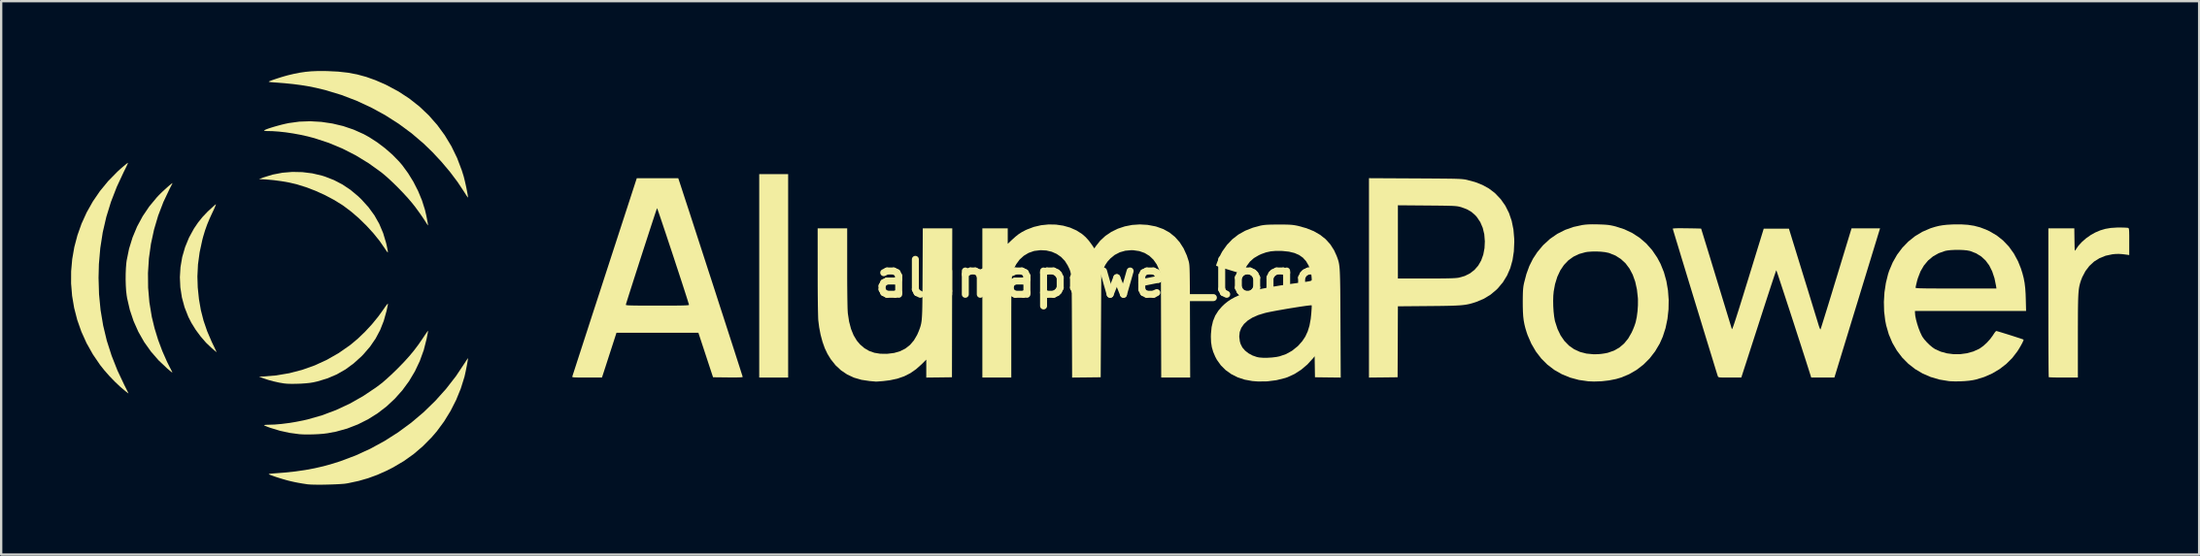
<source format=kicad_pcb>
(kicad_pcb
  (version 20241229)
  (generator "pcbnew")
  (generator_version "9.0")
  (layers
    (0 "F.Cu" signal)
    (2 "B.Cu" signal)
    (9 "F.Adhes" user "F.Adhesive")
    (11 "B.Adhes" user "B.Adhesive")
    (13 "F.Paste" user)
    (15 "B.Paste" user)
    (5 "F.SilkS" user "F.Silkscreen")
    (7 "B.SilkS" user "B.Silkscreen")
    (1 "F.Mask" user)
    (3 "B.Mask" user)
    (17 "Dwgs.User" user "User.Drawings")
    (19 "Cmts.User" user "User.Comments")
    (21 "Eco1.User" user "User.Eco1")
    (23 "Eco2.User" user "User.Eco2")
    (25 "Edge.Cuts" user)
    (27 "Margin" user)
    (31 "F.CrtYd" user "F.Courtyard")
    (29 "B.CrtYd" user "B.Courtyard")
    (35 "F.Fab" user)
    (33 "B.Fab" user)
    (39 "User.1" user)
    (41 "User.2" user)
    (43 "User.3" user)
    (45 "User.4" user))
  (footprint "alumapower_logo"
    (layer "F.Cu")
    (at 44.186 8.91)
    (property "Reference" "alumapower_logo" (at 0 0 0) (layer "F.SilkS") (effects (font (size 1.5 1.5) (thickness 0.3))))
    (attr board_only exclude_from_pos_files exclude_from_bom)
    (fp_poly (pts (xy -13.422 -0.114) (xy -13.422 4.254) (xy -14.042 4.254) (xy -14.663 4.254) (xy -14.663 -0.114) (xy -14.663 -4.482) (xy -14.042 -4.482) (xy -13.422 -4.482)) (stroke (width 0) (type solid)) (fill yes) (layer "F.SilkS"))
    (fp_poly (pts (xy -34.264 -4.568) (xy -33.837 -4.515) (xy -33.422 -4.417) (xy -33.296 -4.378) (xy -32.905 -4.225) (xy -32.542 -4.036) (xy -32.199 -3.806) (xy -31.871 -3.532) (xy -31.729 -3.395) (xy -31.428 -3.063) (xy -31.174 -2.714) (xy -30.965 -2.345) (xy -30.798 -1.95) (xy -30.671 -1.526) (xy -30.641 -1.395) (xy -30.619 -1.287) (xy -30.603 -1.197) (xy -30.595 -1.136) (xy -30.595 -1.118) (xy -30.612 -1.128) (xy -30.647 -1.172) (xy -30.696 -1.243) (xy -30.718 -1.276) (xy -30.945 -1.606) (xy -31.213 -1.939) (xy -31.511 -2.266) (xy -31.83 -2.578) (xy -32.161 -2.865) (xy -32.496 -3.118) (xy -32.562 -3.163) (xy -32.909 -3.377) (xy -33.29 -3.579) (xy -33.693 -3.762) (xy -34.102 -3.919) (xy -34.502 -4.044) (xy -34.517 -4.048) (xy -34.816 -4.118) (xy -35.147 -4.177) (xy -35.49 -4.223) (xy -35.827 -4.254) (xy -35.973 -4.261) (xy -36.125 -4.267) (xy -35.935 -4.339) (xy -35.537 -4.462) (xy -35.121 -4.542) (xy -34.694 -4.577)) (stroke (width 0) (type solid)) (fill yes) (layer "F.SilkS"))
    (fp_poly (pts (xy -30.592 1.081) (xy -30.597 1.124) (xy -30.612 1.203) (xy -30.634 1.307) (xy -30.652 1.393) (xy -30.771 1.819) (xy -30.926 2.213) (xy -31.121 2.579) (xy -31.358 2.925) (xy -31.641 3.254) (xy -31.729 3.345) (xy -32.065 3.649) (xy -32.417 3.907) (xy -32.79 4.12) (xy -33.186 4.289) (xy -33.61 4.418) (xy -33.79 4.459) (xy -33.937 4.483) (xy -34.119 4.502) (xy -34.321 4.516) (xy -34.53 4.523) (xy -34.73 4.525) (xy -34.909 4.52) (xy -35.048 4.507) (xy -35.263 4.471) (xy -35.494 4.419) (xy -35.719 4.358) (xy -35.909 4.296) (xy -36.125 4.216) (xy -35.973 4.211) (xy -35.391 4.163) (xy -34.823 4.067) (xy -34.27 3.923) (xy -33.734 3.732) (xy -33.217 3.495) (xy -32.719 3.211) (xy -32.243 2.881) (xy -32.187 2.838) (xy -31.88 2.58) (xy -31.573 2.285) (xy -31.277 1.965) (xy -31.005 1.631) (xy -30.792 1.335) (xy -30.721 1.232) (xy -30.661 1.151) (xy -30.617 1.098) (xy -30.594 1.078)) (stroke (width 0) (type solid)) (fill yes) (layer "F.SilkS"))
    (fp_poly (pts (xy -37.974 -3.18) (xy -37.989 -3.133) (xy -38.021 -3.053) (xy -38.068 -2.948) (xy -38.11 -2.86) (xy -38.241 -2.576) (xy -38.349 -2.316) (xy -38.439 -2.064) (xy -38.518 -1.802) (xy -38.555 -1.662) (xy -38.671 -1.125) (xy -38.742 -0.602) (xy -38.767 -0.087) (xy -38.752 0.386) (xy -38.7 0.889) (xy -38.618 1.361) (xy -38.502 1.815) (xy -38.349 2.261) (xy -38.156 2.712) (xy -38.112 2.805) (xy -38.053 2.927) (xy -38.004 3.032) (xy -37.967 3.111) (xy -37.946 3.157) (xy -37.943 3.165) (xy -37.963 3.15) (xy -38.013 3.108) (xy -38.086 3.047) (xy -38.156 2.987) (xy -38.394 2.76) (xy -38.624 2.495) (xy -38.838 2.206) (xy -39.025 1.905) (xy -39.154 1.653) (xy -39.317 1.238) (xy -39.432 0.813) (xy -39.499 0.38) (xy -39.519 -0.056) (xy -39.492 -0.491) (xy -39.418 -0.922) (xy -39.296 -1.343) (xy -39.129 -1.752) (xy -38.917 -2.14) (xy -38.743 -2.397) (xy -38.549 -2.639) (xy -38.325 -2.875) (xy -38.064 -3.115) (xy -37.979 -3.188)) (stroke (width 0) (type solid)) (fill yes) (layer "F.SilkS"))
    (fp_poly (pts (xy -41.749 -4.953) (xy -41.771 -4.899) (xy -41.811 -4.812) (xy -41.865 -4.701) (xy -41.928 -4.574) (xy -42.226 -3.934) (xy -42.475 -3.292) (xy -42.675 -2.642) (xy -42.828 -1.982) (xy -42.933 -1.307) (xy -42.993 -0.615) (xy -43.008 -0.025) (xy -42.987 0.676) (xy -42.921 1.356) (xy -42.81 2.019) (xy -42.654 2.669) (xy -42.449 3.311) (xy -42.197 3.949) (xy -41.907 4.565) (xy -41.845 4.689) (xy -41.791 4.796) (xy -41.751 4.877) (xy -41.728 4.927) (xy -41.724 4.938) (xy -41.745 4.924) (xy -41.794 4.886) (xy -41.852 4.841) (xy -42.076 4.652) (xy -42.309 4.431) (xy -42.541 4.191) (xy -42.757 3.945) (xy -42.938 3.718) (xy -43.253 3.256) (xy -43.522 2.777) (xy -43.745 2.283) (xy -43.923 1.777) (xy -44.055 1.262) (xy -44.143 0.741) (xy -44.186 0.216) (xy -44.184 -0.309) (xy -44.138 -0.831) (xy -44.048 -1.348) (xy -43.914 -1.857) (xy -43.737 -2.355) (xy -43.517 -2.839) (xy -43.254 -3.306) (xy -42.948 -3.753) (xy -42.6 -4.178) (xy -42.209 -4.577) (xy -42.183 -4.602) (xy -42.07 -4.705) (xy -41.961 -4.8) (xy -41.864 -4.881) (xy -41.789 -4.941) (xy -41.746 -4.97)) (stroke (width 0) (type solid)) (fill yes) (layer "F.SilkS"))
    (fp_poly (pts (xy -39.835 -4.095) (xy -39.846 -4.07) (xy -39.876 -4.009) (xy -39.92 -3.924) (xy -39.96 -3.847) (xy -40.226 -3.285) (xy -40.449 -2.702) (xy -40.627 -2.101) (xy -40.76 -1.487) (xy -40.847 -0.864) (xy -40.887 -0.235) (xy -40.881 0.394) (xy -40.827 1.021) (xy -40.725 1.64) (xy -40.724 1.646) (xy -40.605 2.138) (xy -40.452 2.636) (xy -40.27 3.123) (xy -40.066 3.585) (xy -39.96 3.796) (xy -39.909 3.894) (xy -39.869 3.974) (xy -39.846 4.026) (xy -39.841 4.041) (xy -39.862 4.029) (xy -39.913 3.989) (xy -39.986 3.929) (xy -40.063 3.864) (xy -40.432 3.515) (xy -40.762 3.135) (xy -41.052 2.726) (xy -41.3 2.29) (xy -41.505 1.83) (xy -41.666 1.349) (xy -41.781 0.85) (xy -41.802 0.722) (xy -41.825 0.527) (xy -41.839 0.298) (xy -41.846 0.049) (xy -41.844 -0.205) (xy -41.834 -0.448) (xy -41.816 -0.664) (xy -41.802 -0.772) (xy -41.699 -1.277) (xy -41.549 -1.764) (xy -41.354 -2.23) (xy -41.115 -2.674) (xy -40.833 -3.092) (xy -40.51 -3.482) (xy -40.423 -3.575) (xy -40.345 -3.653) (xy -40.255 -3.74) (xy -40.158 -3.829) (xy -40.064 -3.914) (xy -39.977 -3.99) (xy -39.905 -4.049) (xy -39.856 -4.087) (xy -39.835 -4.096)) (stroke (width 0) (type solid)) (fill yes) (layer "F.SilkS"))
    (fp_poly (pts (xy -28.869 2.248) (xy -28.874 2.282) (xy -28.887 2.356) (xy -28.907 2.458) (xy -28.931 2.579) (xy -28.932 2.588) (xy -29.056 3.076) (xy -29.225 3.543) (xy -29.436 3.988) (xy -29.686 4.408) (xy -29.973 4.8) (xy -30.296 5.162) (xy -30.65 5.493) (xy -31.034 5.788) (xy -31.446 6.047) (xy -31.882 6.266) (xy -32.34 6.444) (xy -32.818 6.577) (xy -33.19 6.647) (xy -33.369 6.669) (xy -33.577 6.685) (xy -33.801 6.695) (xy -34.022 6.699) (xy -34.227 6.696) (xy -34.397 6.686) (xy -34.403 6.685) (xy -34.817 6.629) (xy -35.223 6.54) (xy -35.637 6.414) (xy -35.745 6.375) (xy -35.833 6.34) (xy -35.891 6.314) (xy -35.909 6.3) (xy -35.886 6.291) (xy -35.824 6.284) (xy -35.734 6.281) (xy -35.697 6.28) (xy -35.447 6.272) (xy -35.161 6.247) (xy -34.854 6.208) (xy -34.537 6.157) (xy -34.224 6.095) (xy -34.038 6.052) (xy -33.422 5.876) (xy -32.822 5.651) (xy -32.238 5.379) (xy -31.671 5.059) (xy -31.119 4.69) (xy -30.903 4.529) (xy -30.806 4.451) (xy -30.683 4.344) (xy -30.543 4.217) (xy -30.394 4.078) (xy -30.245 3.935) (xy -30.16 3.85) (xy -29.902 3.585) (xy -29.677 3.336) (xy -29.474 3.091) (xy -29.283 2.837) (xy -29.094 2.563) (xy -29.048 2.493) (xy -28.982 2.393) (xy -28.927 2.315) (xy -28.888 2.263) (xy -28.87 2.246)) (stroke (width 0) (type solid)) (fill yes) (layer "F.SilkS"))
    (fp_poly (pts (xy -33.45 -6.726) (xy -32.976 -6.656) (xy -32.51 -6.545) (xy -32.061 -6.392) (xy -31.634 -6.201) (xy -31.402 -6.073) (xy -31.05 -5.846) (xy -30.711 -5.589) (xy -30.395 -5.312) (xy -30.114 -5.024) (xy -29.978 -4.865) (xy -29.726 -4.52) (xy -29.497 -4.147) (xy -29.297 -3.754) (xy -29.131 -3.352) (xy -29.005 -2.953) (xy -28.948 -2.71) (xy -28.914 -2.539) (xy -28.891 -2.414) (xy -28.877 -2.332) (xy -28.872 -2.289) (xy -28.875 -2.28) (xy -28.89 -2.3) (xy -28.927 -2.354) (xy -28.978 -2.433) (xy -29.017 -2.495) (xy -29.08 -2.591) (xy -29.164 -2.714) (xy -29.262 -2.853) (xy -29.364 -2.993) (xy -29.421 -3.071) (xy -29.566 -3.254) (xy -29.742 -3.459) (xy -29.94 -3.675) (xy -30.151 -3.894) (xy -30.366 -4.106) (xy -30.576 -4.302) (xy -30.77 -4.472) (xy -30.883 -4.563) (xy -31.416 -4.947) (xy -31.97 -5.286) (xy -32.544 -5.579) (xy -33.136 -5.826) (xy -33.743 -6.025) (xy -34.038 -6.103) (xy -34.343 -6.171) (xy -34.66 -6.229) (xy -34.974 -6.276) (xy -35.274 -6.309) (xy -35.548 -6.328) (xy -35.697 -6.331) (xy -35.794 -6.333) (xy -35.867 -6.339) (xy -35.906 -6.347) (xy -35.909 -6.351) (xy -35.886 -6.372) (xy -35.821 -6.402) (xy -35.722 -6.439) (xy -35.597 -6.48) (xy -35.453 -6.524) (xy -35.299 -6.567) (xy -35.141 -6.609) (xy -34.987 -6.645) (xy -34.856 -6.673) (xy -34.398 -6.736) (xy -33.927 -6.753)) (stroke (width 0) (type solid)) (fill yes) (layer "F.SilkS"))
    (fp_poly (pts (xy -33.182 -8.907) (xy -32.728 -8.885) (xy -32.308 -8.838) (xy -31.909 -8.763) (xy -31.521 -8.657) (xy -31.132 -8.518) (xy -30.728 -8.343) (xy -30.647 -8.304) (xy -30.144 -8.035) (xy -29.674 -7.727) (xy -29.239 -7.384) (xy -28.84 -7.005) (xy -28.477 -6.593) (xy -28.153 -6.149) (xy -27.868 -5.676) (xy -27.624 -5.173) (xy -27.423 -4.643) (xy -27.345 -4.394) (xy -27.32 -4.298) (xy -27.291 -4.179) (xy -27.261 -4.046) (xy -27.231 -3.909) (xy -27.205 -3.776) (xy -27.182 -3.657) (xy -27.166 -3.561) (xy -27.158 -3.497) (xy -27.159 -3.475) (xy -27.174 -3.492) (xy -27.211 -3.544) (xy -27.262 -3.623) (xy -27.323 -3.72) (xy -27.609 -4.151) (xy -27.936 -4.585) (xy -28.297 -5.013) (xy -28.683 -5.428) (xy -29.059 -5.792) (xy -29.576 -6.234) (xy -30.128 -6.642) (xy -30.71 -7.014) (xy -31.318 -7.346) (xy -31.947 -7.637) (xy -32.592 -7.883) (xy -33.249 -8.083) (xy -33.37 -8.114) (xy -33.686 -8.189) (xy -34 -8.252) (xy -34.321 -8.305) (xy -34.659 -8.349) (xy -35.025 -8.386) (xy -35.429 -8.418) (xy -35.515 -8.424) (xy -35.617 -8.432) (xy -35.684 -8.443) (xy -35.709 -8.454) (xy -35.705 -8.458) (xy -35.65 -8.483) (xy -35.558 -8.518) (xy -35.438 -8.559) (xy -35.303 -8.604) (xy -35.163 -8.648) (xy -35.028 -8.688) (xy -34.911 -8.72) (xy -34.891 -8.726) (xy -34.617 -8.791) (xy -34.368 -8.84) (xy -34.128 -8.875) (xy -33.886 -8.898) (xy -33.626 -8.909) (xy -33.337 -8.91)) (stroke (width 0) (type solid)) (fill yes) (layer "F.SilkS"))
    (fp_poly (pts (xy -27.159 3.452) (xy -27.169 3.519) (xy -27.185 3.615) (xy -27.206 3.731) (xy -27.231 3.857) (xy -27.256 3.983) (xy -27.281 4.099) (xy -27.303 4.194) (xy -27.311 4.229) (xy -27.466 4.726) (xy -27.666 5.215) (xy -27.907 5.69) (xy -28.185 6.142) (xy -28.496 6.564) (xy -28.721 6.826) (xy -29.097 7.205) (xy -29.492 7.543) (xy -29.913 7.843) (xy -30.368 8.112) (xy -30.647 8.254) (xy -31.047 8.432) (xy -31.442 8.577) (xy -31.848 8.694) (xy -32.281 8.787) (xy -32.364 8.802) (xy -32.467 8.816) (xy -32.61 8.827) (xy -32.783 8.837) (xy -32.976 8.845) (xy -33.18 8.851) (xy -33.385 8.855) (xy -33.581 8.856) (xy -33.759 8.854) (xy -33.909 8.849) (xy -34.021 8.841) (xy -34.048 8.838) (xy -34.258 8.806) (xy -34.436 8.775) (xy -34.6 8.743) (xy -34.767 8.705) (xy -34.846 8.686) (xy -34.97 8.653) (xy -35.111 8.612) (xy -35.258 8.567) (xy -35.402 8.521) (xy -35.53 8.477) (xy -35.632 8.44) (xy -35.699 8.411) (xy -35.705 8.408) (xy -35.7 8.397) (xy -35.65 8.386) (xy -35.563 8.376) (xy -35.515 8.373) (xy -35.022 8.335) (xy -34.569 8.287) (xy -34.147 8.226) (xy -33.747 8.152) (xy -33.359 8.063) (xy -32.975 7.956) (xy -32.636 7.848) (xy -31.982 7.602) (xy -31.348 7.311) (xy -30.736 6.977) (xy -30.148 6.602) (xy -29.587 6.188) (xy -29.056 5.738) (xy -28.559 5.254) (xy -28.096 4.737) (xy -27.672 4.191) (xy -27.289 3.616) (xy -27.288 3.614) (xy -27.234 3.529) (xy -27.19 3.464) (xy -27.164 3.428) (xy -27.158 3.425)) (stroke (width 0) (type solid)) (fill yes) (layer "F.SilkS"))
    (fp_poly (pts (xy 43.803 -2.188) (xy 43.92 -2.185) (xy 44.01 -2.18) (xy 44.063 -2.174) (xy 44.07 -2.172) (xy 44.084 -2.163) (xy 44.095 -2.143) (xy 44.103 -2.107) (xy 44.109 -2.048) (xy 44.112 -1.96) (xy 44.114 -1.837) (xy 44.114 -1.672) (xy 44.114 -1.58) (xy 44.114 -1.006) (xy 44.019 -1.021) (xy 43.824 -1.046) (xy 43.658 -1.056) (xy 43.503 -1.051) (xy 43.39 -1.039) (xy 43.102 -0.978) (xy 42.841 -0.873) (xy 42.608 -0.728) (xy 42.406 -0.542) (xy 42.236 -0.319) (xy 42.099 -0.059) (xy 42.048 0.072) (xy 42.023 0.147) (xy 42.002 0.218) (xy 41.983 0.291) (xy 41.967 0.369) (xy 41.953 0.457) (xy 41.942 0.557) (xy 41.933 0.675) (xy 41.926 0.814) (xy 41.921 0.978) (xy 41.917 1.17) (xy 41.914 1.396) (xy 41.913 1.659) (xy 41.912 1.963) (xy 41.911 2.311) (xy 41.911 2.488) (xy 41.911 4.254) (xy 41.295 4.254) (xy 41.123 4.254) (xy 40.969 4.252) (xy 40.838 4.249) (xy 40.739 4.245) (xy 40.678 4.241) (xy 40.662 4.238) (xy 40.66 4.211) (xy 40.658 4.136) (xy 40.656 4.017) (xy 40.654 3.856) (xy 40.652 3.657) (xy 40.651 3.423) (xy 40.649 3.156) (xy 40.648 2.859) (xy 40.647 2.537) (xy 40.646 2.191) (xy 40.646 1.825) (xy 40.645 1.442) (xy 40.645 1.045) (xy 40.645 1.034) (xy 40.645 -2.153) (xy 41.202 -2.153) (xy 41.758 -2.153) (xy 41.765 -1.652) (xy 41.768 -1.482) (xy 41.77 -1.357) (xy 41.773 -1.272) (xy 41.778 -1.22) (xy 41.785 -1.198) (xy 41.794 -1.198) (xy 41.807 -1.217) (xy 41.816 -1.233) (xy 41.93 -1.401) (xy 42.083 -1.569) (xy 42.266 -1.729) (xy 42.469 -1.871) (xy 42.658 -1.976) (xy 42.874 -2.068) (xy 43.091 -2.132) (xy 43.324 -2.171) (xy 43.585 -2.188) (xy 43.671 -2.189)) (stroke (width 0) (type solid)) (fill yes) (layer "F.SilkS"))
    (fp_poly (pts (xy -10.889 -0.457) (xy -10.889 -0.08) (xy -10.888 0.263) (xy -10.885 0.571) (xy -10.882 0.841) (xy -10.878 1.07) (xy -10.874 1.256) (xy -10.868 1.397) (xy -10.862 1.489) (xy -10.861 1.499) (xy -10.807 1.853) (xy -10.724 2.167) (xy -10.613 2.44) (xy -10.474 2.671) (xy -10.336 2.833) (xy -10.148 2.994) (xy -9.945 3.112) (xy -9.723 3.19) (xy -9.474 3.231) (xy -9.195 3.235) (xy -9.168 3.234) (xy -8.877 3.198) (xy -8.618 3.123) (xy -8.391 3.008) (xy -8.194 2.853) (xy -8.026 2.657) (xy -7.888 2.42) (xy -7.823 2.271) (xy -7.795 2.197) (xy -7.77 2.131) (xy -7.749 2.067) (xy -7.731 2.003) (xy -7.715 1.934) (xy -7.702 1.857) (xy -7.691 1.768) (xy -7.683 1.662) (xy -7.676 1.537) (xy -7.67 1.388) (xy -7.666 1.211) (xy -7.663 1.002) (xy -7.661 0.759) (xy -7.659 0.476) (xy -7.657 0.15) (xy -7.655 -0.222) (xy -7.646 -2.153) (xy -7.013 -2.153) (xy -6.381 -2.153) (xy -6.388 1.045) (xy -6.394 4.242) (xy -6.945 4.249) (xy -7.496 4.255) (xy -7.496 3.87) (xy -7.496 3.484) (xy -7.698 3.686) (xy -7.934 3.896) (xy -8.18 4.067) (xy -8.445 4.201) (xy -8.734 4.301) (xy -9.055 4.37) (xy -9.345 4.406) (xy -9.462 4.415) (xy -9.562 4.423) (xy -9.632 4.427) (xy -9.661 4.428) (xy -9.696 4.424) (xy -9.769 4.418) (xy -9.867 4.409) (xy -9.927 4.404) (xy -10.276 4.352) (xy -10.597 4.259) (xy -10.889 4.123) (xy -11.152 3.946) (xy -11.388 3.727) (xy -11.596 3.465) (xy -11.736 3.236) (xy -11.849 2.998) (xy -11.948 2.72) (xy -12.03 2.415) (xy -12.092 2.092) (xy -12.129 1.798) (xy -12.134 1.717) (xy -12.138 1.589) (xy -12.142 1.419) (xy -12.146 1.209) (xy -12.149 0.965) (xy -12.152 0.69) (xy -12.154 0.388) (xy -12.155 0.063) (xy -12.155 -0.281) (xy -12.155 -0.323) (xy -12.156 -2.153) (xy -11.522 -2.153) (xy -10.889 -2.153)) (stroke (width 0) (type solid)) (fill yes) (layer "F.SilkS"))
    (fp_poly (pts (xy 13.479 -4.298) (xy 13.844 -4.296) (xy 14.162 -4.294) (xy 14.437 -4.292) (xy 14.672 -4.29) (xy 14.872 -4.288) (xy 15.039 -4.286) (xy 15.179 -4.283) (xy 15.294 -4.279) (xy 15.388 -4.275) (xy 15.465 -4.27) (xy 15.528 -4.264) (xy 15.582 -4.257) (xy 15.63 -4.25) (xy 15.676 -4.241) (xy 15.701 -4.235) (xy 16.052 -4.141) (xy 16.364 -4.018) (xy 16.639 -3.867) (xy 16.881 -3.684) (xy 16.913 -3.656) (xy 17.151 -3.405) (xy 17.348 -3.124) (xy 17.504 -2.813) (xy 17.62 -2.472) (xy 17.695 -2.102) (xy 17.729 -1.701) (xy 17.731 -1.57) (xy 17.713 -1.164) (xy 17.656 -0.789) (xy 17.559 -0.444) (xy 17.422 -0.129) (xy 17.245 0.16) (xy 17.026 0.422) (xy 16.967 0.481) (xy 16.712 0.695) (xy 16.427 0.869) (xy 16.116 1.001) (xy 16.113 1.002) (xy 16.007 1.037) (xy 15.909 1.067) (xy 15.815 1.092) (xy 15.718 1.113) (xy 15.615 1.13) (xy 15.5 1.144) (xy 15.367 1.155) (xy 15.213 1.163) (xy 15.031 1.17) (xy 14.818 1.175) (xy 14.567 1.179) (xy 14.273 1.182) (xy 14.061 1.184) (xy 12.738 1.195) (xy 12.732 2.719) (xy 12.725 4.242) (xy 12.111 4.249) (xy 11.497 4.255) (xy 11.497 -0.027) (xy 11.497 -1.572) (xy 12.738 -1.572) (xy 12.738 0) (xy 13.951 0) (xy 14.254 -0.000338) (xy 14.51 -0.001) (xy 14.724 -0.003) (xy 14.9 -0.006) (xy 15.043 -0.01) (xy 15.157 -0.015) (xy 15.247 -0.022) (xy 15.316 -0.03) (xy 15.353 -0.036) (xy 15.607 -0.108) (xy 15.831 -0.22) (xy 16.024 -0.37) (xy 16.185 -0.555) (xy 16.311 -0.774) (xy 16.401 -1.025) (xy 16.454 -1.304) (xy 16.468 -1.595) (xy 16.444 -1.899) (xy 16.378 -2.174) (xy 16.272 -2.421) (xy 16.124 -2.641) (xy 16.063 -2.711) (xy 15.897 -2.857) (xy 15.696 -2.973) (xy 15.457 -3.062) (xy 15.43 -3.069) (xy 15.383 -3.082) (xy 15.336 -3.092) (xy 15.284 -3.101) (xy 15.222 -3.108) (xy 15.147 -3.114) (xy 15.051 -3.119) (xy 14.932 -3.122) (xy 14.784 -3.126) (xy 14.602 -3.128) (xy 14.381 -3.131) (xy 14.116 -3.133) (xy 13.985 -3.134) (xy 12.738 -3.144) (xy 12.738 -1.572) (xy 11.497 -1.572) (xy 11.497 -4.308)) (stroke (width 0) (type solid)) (fill yes) (layer "F.SilkS"))
    (fp_poly (pts (xy 21.247 -2.326) (xy 21.348 -2.323) (xy 21.523 -2.317) (xy 21.661 -2.309) (xy 21.775 -2.298) (xy 21.878 -2.281) (xy 21.984 -2.259) (xy 22.083 -2.234) (xy 22.455 -2.113) (xy 22.798 -1.95) (xy 23.111 -1.746) (xy 23.393 -1.503) (xy 23.644 -1.22) (xy 23.862 -0.899) (xy 24.007 -0.627) (xy 24.151 -0.27) (xy 24.257 0.112) (xy 24.325 0.51) (xy 24.355 0.919) (xy 24.348 1.33) (xy 24.303 1.736) (xy 24.221 2.129) (xy 24.101 2.501) (xy 23.97 2.796) (xy 23.772 3.13) (xy 23.54 3.431) (xy 23.274 3.697) (xy 22.98 3.924) (xy 22.659 4.11) (xy 22.316 4.253) (xy 22.1 4.317) (xy 21.799 4.377) (xy 21.475 4.414) (xy 21.152 4.425) (xy 20.905 4.415) (xy 20.502 4.357) (xy 20.123 4.255) (xy 19.771 4.11) (xy 19.446 3.925) (xy 19.151 3.699) (xy 18.887 3.435) (xy 18.657 3.135) (xy 18.461 2.798) (xy 18.301 2.428) (xy 18.261 2.311) (xy 18.207 2.134) (xy 18.166 1.968) (xy 18.135 1.802) (xy 18.114 1.625) (xy 18.102 1.426) (xy 18.096 1.195) (xy 18.095 1.013) (xy 18.095 0.958) (xy 19.399 0.958) (xy 19.403 1.188) (xy 19.417 1.415) (xy 19.44 1.626) (xy 19.471 1.805) (xy 19.482 1.849) (xy 19.586 2.168) (xy 19.72 2.447) (xy 19.884 2.685) (xy 20.077 2.883) (xy 20.299 3.039) (xy 20.549 3.153) (xy 20.827 3.225) (xy 21.132 3.254) (xy 21.334 3.25) (xy 21.467 3.238) (xy 21.609 3.217) (xy 21.733 3.193) (xy 21.747 3.189) (xy 22.008 3.098) (xy 22.239 2.967) (xy 22.443 2.793) (xy 22.618 2.578) (xy 22.764 2.324) (xy 22.823 2.194) (xy 22.879 2.055) (xy 22.923 1.928) (xy 22.942 1.864) (xy 22.987 1.648) (xy 23.019 1.402) (xy 23.036 1.149) (xy 23.037 0.909) (xy 23.034 0.84) (xy 22.993 0.47) (xy 22.919 0.135) (xy 22.812 -0.164) (xy 22.673 -0.427) (xy 22.504 -0.652) (xy 22.303 -0.837) (xy 22.073 -0.984) (xy 21.813 -1.089) (xy 21.765 -1.103) (xy 21.622 -1.132) (xy 21.447 -1.151) (xy 21.254 -1.16) (xy 21.061 -1.157) (xy 20.885 -1.144) (xy 20.792 -1.13) (xy 20.517 -1.054) (xy 20.27 -0.937) (xy 20.051 -0.779) (xy 19.862 -0.581) (xy 19.703 -0.344) (xy 19.576 -0.07) (xy 19.48 0.241) (xy 19.423 0.551) (xy 19.405 0.741) (xy 19.399 0.958) (xy 18.095 0.958) (xy 18.096 0.816) (xy 18.099 0.659) (xy 18.104 0.534) (xy 18.112 0.43) (xy 18.123 0.338) (xy 18.139 0.248) (xy 18.152 0.187) (xy 18.251 -0.193) (xy 18.376 -0.535) (xy 18.531 -0.846) (xy 18.719 -1.132) (xy 18.943 -1.401) (xy 18.987 -1.448) (xy 19.268 -1.704) (xy 19.574 -1.916) (xy 19.908 -2.086) (xy 20.268 -2.213) (xy 20.649 -2.296) (xy 20.777 -2.313) (xy 20.911 -2.323) (xy 21.063 -2.327)) (stroke (width 0) (type solid)) (fill yes) (layer "F.SilkS"))
    (fp_poly (pts (xy 1.996 -2.303) (xy 2.329 -2.24) (xy 2.382 -2.226) (xy 2.675 -2.121) (xy 2.938 -1.975) (xy 3.17 -1.788) (xy 3.372 -1.562) (xy 3.542 -1.297) (xy 3.68 -0.994) (xy 3.756 -0.762) (xy 3.765 -0.729) (xy 3.773 -0.696) (xy 3.78 -0.66) (xy 3.786 -0.618) (xy 3.792 -0.566) (xy 3.796 -0.501) (xy 3.8 -0.42) (xy 3.803 -0.319) (xy 3.806 -0.196) (xy 3.808 -0.048) (xy 3.81 0.13) (xy 3.812 0.34) (xy 3.813 0.586) (xy 3.815 0.87) (xy 3.816 1.196) (xy 3.817 1.568) (xy 3.818 1.842) (xy 3.826 4.254) (xy 3.205 4.254) (xy 2.584 4.254) (xy 2.577 2.045) (xy 2.57 -0.165) (xy 2.5 -0.365) (xy 2.391 -0.605) (xy 2.249 -0.808) (xy 2.076 -0.972) (xy 1.874 -1.095) (xy 1.645 -1.176) (xy 1.392 -1.213) (xy 1.304 -1.216) (xy 1.045 -1.193) (xy 0.806 -1.125) (xy 0.59 -1.013) (xy 0.408 -0.865) (xy 0.281 -0.726) (xy 0.184 -0.582) (xy 0.104 -0.414) (xy 0.072 -0.329) (xy 0.013 -0.165) (xy 0 2.039) (xy -0.013 4.242) (xy -0.626 4.249) (xy -1.239 4.255) (xy -1.247 2.083) (xy -1.249 1.692) (xy -1.25 1.347) (xy -1.252 1.046) (xy -1.254 0.785) (xy -1.256 0.561) (xy -1.26 0.371) (xy -1.264 0.209) (xy -1.269 0.075) (xy -1.277 -0.038) (xy -1.285 -0.131) (xy -1.296 -0.208) (xy -1.309 -0.273) (xy -1.325 -0.329) (xy -1.343 -0.38) (xy -1.364 -0.429) (xy -1.389 -0.48) (xy -1.417 -0.536) (xy -1.426 -0.557) (xy -1.551 -0.756) (xy -1.711 -0.923) (xy -1.9 -1.054) (xy -2.114 -1.149) (xy -2.347 -1.203) (xy -2.593 -1.216) (xy -2.848 -1.185) (xy -2.885 -1.177) (xy -3.109 -1.098) (xy -3.312 -0.976) (xy -3.489 -0.815) (xy -3.633 -0.619) (xy -3.682 -0.528) (xy -3.71 -0.471) (xy -3.735 -0.418) (xy -3.757 -0.366) (xy -3.776 -0.311) (xy -3.792 -0.251) (xy -3.805 -0.181) (xy -3.816 -0.098) (xy -3.825 0.001) (xy -3.832 0.12) (xy -3.838 0.263) (xy -3.842 0.432) (xy -3.845 0.632) (xy -3.847 0.866) (xy -3.848 1.136) (xy -3.849 1.448) (xy -3.849 1.804) (xy -3.849 2.134) (xy -3.849 4.254) (xy -4.47 4.254) (xy -5.09 4.254) (xy -5.09 1.051) (xy -5.09 -2.153) (xy -4.546 -2.153) (xy -4.001 -2.153) (xy -4.001 -1.82) (xy -4.001 -1.488) (xy -3.816 -1.664) (xy -3.666 -1.799) (xy -3.531 -1.906) (xy -3.393 -1.994) (xy -3.237 -2.076) (xy -3.183 -2.101) (xy -2.882 -2.215) (xy -2.569 -2.288) (xy -2.25 -2.321) (xy -1.932 -2.315) (xy -1.622 -2.269) (xy -1.326 -2.186) (xy -1.052 -2.064) (xy -0.818 -1.915) (xy -0.664 -1.782) (xy -0.521 -1.624) (xy -0.378 -1.429) (xy -0.375 -1.424) (xy -0.286 -1.291) (xy -0.223 -1.386) (xy -0.035 -1.623) (xy 0.188 -1.829) (xy 0.442 -2.001) (xy 0.721 -2.138) (xy 1.021 -2.238) (xy 1.337 -2.3) (xy 1.664 -2.322)) (stroke (width 0) (type solid)) (fill yes) (layer "F.SilkS"))
    (fp_poly (pts (xy -18.021 -3.957) (xy -17.972 -3.806) (xy -17.911 -3.619) (xy -17.839 -3.399) (xy -17.757 -3.149) (xy -17.666 -2.871) (xy -17.568 -2.568) (xy -17.463 -2.245) (xy -17.352 -1.903) (xy -17.236 -1.545) (xy -17.116 -1.175) (xy -16.993 -0.796) (xy -16.868 -0.41) (xy -16.741 -0.021) (xy -16.615 0.368) (xy -16.49 0.755) (xy -16.367 1.137) (xy -16.246 1.509) (xy -16.129 1.871) (xy -16.017 2.217) (xy -15.911 2.546) (xy -15.811 2.855) (xy -15.719 3.14) (xy -15.636 3.399) (xy -15.562 3.628) (xy -15.499 3.824) (xy -15.448 3.985) (xy -15.409 4.107) (xy -15.383 4.188) (xy -15.372 4.225) (xy -15.372 4.226) (xy -15.387 4.236) (xy -15.437 4.243) (xy -15.523 4.247) (xy -15.65 4.25) (xy -15.822 4.25) (xy -16.008 4.249) (xy -16.644 4.242) (xy -16.959 3.286) (xy -17.273 2.33) (xy -19.03 2.33) (xy -20.787 2.33) (xy -21.018 3.045) (xy -21.082 3.241) (xy -21.144 3.434) (xy -21.203 3.616) (xy -21.255 3.777) (xy -21.298 3.909) (xy -21.328 4.002) (xy -21.33 4.008) (xy -21.41 4.254) (xy -22.052 4.254) (xy -22.253 4.254) (xy -22.408 4.253) (xy -22.523 4.25) (xy -22.603 4.246) (xy -22.654 4.24) (xy -22.68 4.231) (xy -22.686 4.221) (xy -22.686 4.219) (xy -22.677 4.192) (xy -22.654 4.119) (xy -22.616 4.003) (xy -22.565 3.845) (xy -22.502 3.65) (xy -22.427 3.418) (xy -22.341 3.154) (xy -22.245 2.858) (xy -22.14 2.533) (xy -22.026 2.183) (xy -21.905 1.809) (xy -21.777 1.414) (xy -21.684 1.129) (xy -20.386 1.129) (xy -20.38 1.137) (xy -20.36 1.144) (xy -20.321 1.149) (xy -20.261 1.154) (xy -20.176 1.157) (xy -20.06 1.16) (xy -19.912 1.162) (xy -19.727 1.164) (xy -19.501 1.164) (xy -19.231 1.165) (xy -19.031 1.165) (xy -18.723 1.165) (xy -18.461 1.164) (xy -18.244 1.163) (xy -18.068 1.161) (xy -17.929 1.158) (xy -17.824 1.154) (xy -17.749 1.15) (xy -17.702 1.144) (xy -17.679 1.138) (xy -17.676 1.133) (xy -17.684 1.102) (xy -17.706 1.028) (xy -17.741 0.915) (xy -17.788 0.767) (xy -17.845 0.589) (xy -17.911 0.385) (xy -17.984 0.159) (xy -18.064 -0.085) (xy -18.148 -0.342) (xy -18.236 -0.609) (xy -18.325 -0.881) (xy -18.415 -1.154) (xy -18.505 -1.424) (xy -18.592 -1.686) (xy -18.675 -1.937) (xy -18.754 -2.171) (xy -18.826 -2.386) (xy -18.89 -2.576) (xy -18.945 -2.738) (xy -18.99 -2.867) (xy -19.022 -2.959) (xy -19.042 -3.01) (xy -19.047 -3.019) (xy -19.057 -2.992) (xy -19.081 -2.921) (xy -19.119 -2.811) (xy -19.167 -2.665) (xy -19.225 -2.488) (xy -19.292 -2.284) (xy -19.366 -2.058) (xy -19.445 -1.814) (xy -19.529 -1.555) (xy -19.616 -1.287) (xy -19.704 -1.014) (xy -19.793 -0.739) (xy -19.88 -0.468) (xy -19.965 -0.204) (xy -20.046 0.048) (xy -20.121 0.284) (xy -20.19 0.499) (xy -20.251 0.69) (xy -20.302 0.852) (xy -20.342 0.981) (xy -20.37 1.072) (xy -20.384 1.121) (xy -20.386 1.129) (xy -21.684 1.129) (xy -21.642 1) (xy -21.502 0.57) (xy -21.358 0.126) (xy -21.298 -0.06) (xy -19.917 -4.305) (xy -19.027 -4.305) (xy -18.136 -4.305)) (stroke (width 0) (type solid)) (fill yes) (layer "F.SilkS"))
    (fp_poly (pts (xy 37.193 -2.305) (xy 37.462 -2.263) (xy 37.716 -2.196) (xy 37.966 -2.101) (xy 38.129 -2.025) (xy 38.434 -1.845) (xy 38.709 -1.625) (xy 38.954 -1.366) (xy 39.165 -1.071) (xy 39.343 -0.741) (xy 39.465 -0.437) (xy 39.533 -0.223) (xy 39.586 -0.018) (xy 39.625 0.189) (xy 39.652 0.412) (xy 39.669 0.663) (xy 39.676 0.88) (xy 39.689 1.393) (xy 37.305 1.393) (xy 34.922 1.393) (xy 34.922 1.458) (xy 34.933 1.592) (xy 34.965 1.757) (xy 35.014 1.939) (xy 35.074 2.126) (xy 35.143 2.302) (xy 35.215 2.456) (xy 35.239 2.499) (xy 35.317 2.609) (xy 35.424 2.731) (xy 35.547 2.852) (xy 35.672 2.957) (xy 35.783 3.032) (xy 36.028 3.142) (xy 36.297 3.215) (xy 36.581 3.251) (xy 36.87 3.249) (xy 37.155 3.21) (xy 37.426 3.134) (xy 37.674 3.021) (xy 37.714 2.997) (xy 37.859 2.892) (xy 38.008 2.756) (xy 38.147 2.602) (xy 38.263 2.445) (xy 38.277 2.422) (xy 38.329 2.342) (xy 38.375 2.283) (xy 38.406 2.256) (xy 38.41 2.255) (xy 38.441 2.262) (xy 38.512 2.282) (xy 38.614 2.312) (xy 38.739 2.351) (xy 38.878 2.394) (xy 39.025 2.44) (xy 39.169 2.486) (xy 39.304 2.53) (xy 39.421 2.568) (xy 39.511 2.598) (xy 39.566 2.618) (xy 39.58 2.624) (xy 39.577 2.654) (xy 39.551 2.717) (xy 39.507 2.805) (xy 39.449 2.91) (xy 39.383 3.022) (xy 39.312 3.133) (xy 39.096 3.414) (xy 38.84 3.669) (xy 38.551 3.892) (xy 38.234 4.08) (xy 37.893 4.23) (xy 37.536 4.339) (xy 37.403 4.367) (xy 37.237 4.391) (xy 37.04 4.408) (xy 36.828 4.418) (xy 36.62 4.419) (xy 36.434 4.412) (xy 36.37 4.406) (xy 35.972 4.341) (xy 35.597 4.231) (xy 35.247 4.079) (xy 34.924 3.888) (xy 34.632 3.658) (xy 34.371 3.393) (xy 34.144 3.093) (xy 33.952 2.762) (xy 33.799 2.4) (xy 33.686 2.011) (xy 33.645 1.804) (xy 33.598 1.411) (xy 33.588 1.004) (xy 33.613 0.594) (xy 33.643 0.396) (xy 34.947 0.396) (xy 34.954 0.403) (xy 34.976 0.409) (xy 35.017 0.414) (xy 35.079 0.418) (xy 35.167 0.422) (xy 35.284 0.424) (xy 35.432 0.427) (xy 35.616 0.428) (xy 35.837 0.429) (xy 36.1 0.43) (xy 36.408 0.43) (xy 36.682 0.431) (xy 38.417 0.431) (xy 38.401 0.323) (xy 38.333 -0.012) (xy 38.235 -0.306) (xy 38.109 -0.559) (xy 37.952 -0.772) (xy 37.765 -0.945) (xy 37.547 -1.08) (xy 37.298 -1.177) (xy 37.272 -1.184) (xy 37.151 -1.207) (xy 36.996 -1.222) (xy 36.819 -1.229) (xy 36.636 -1.228) (xy 36.46 -1.219) (xy 36.308 -1.202) (xy 36.213 -1.183) (xy 35.939 -1.086) (xy 35.696 -0.949) (xy 35.485 -0.773) (xy 35.306 -0.558) (xy 35.159 -0.306) (xy 35.047 -0.016) (xy 35.01 0.112) (xy 34.984 0.221) (xy 34.962 0.313) (xy 34.95 0.376) (xy 34.947 0.396) (xy 33.643 0.396) (xy 33.673 0.195) (xy 33.766 -0.183) (xy 33.813 -0.328) (xy 33.965 -0.688) (xy 34.154 -1.02) (xy 34.379 -1.32) (xy 34.636 -1.586) (xy 34.922 -1.815) (xy 35.235 -2.004) (xy 35.572 -2.15) (xy 35.615 -2.165) (xy 35.788 -2.219) (xy 35.948 -2.259) (xy 36.111 -2.287) (xy 36.289 -2.307) (xy 36.5 -2.319) (xy 36.568 -2.322) (xy 36.898 -2.324)) (stroke (width 0) (type solid)) (fill yes) (layer "F.SilkS"))
    (fp_poly (pts (xy 25.128 -2.156) (xy 25.134 -2.156) (xy 25.304 -2.153) (xy 25.456 -2.151) (xy 25.583 -2.148) (xy 25.678 -2.145) (xy 25.735 -2.143) (xy 25.747 -2.142) (xy 25.755 -2.118) (xy 25.777 -2.048) (xy 25.811 -1.938) (xy 25.857 -1.789) (xy 25.913 -1.605) (xy 25.979 -1.391) (xy 26.053 -1.149) (xy 26.135 -0.882) (xy 26.222 -0.595) (xy 26.315 -0.291) (xy 26.4 -0.011) (xy 26.497 0.307) (xy 26.59 0.611) (xy 26.678 0.9) (xy 26.76 1.168) (xy 26.834 1.412) (xy 26.9 1.629) (xy 26.957 1.815) (xy 27.003 1.966) (xy 27.038 2.079) (xy 27.059 2.15) (xy 27.067 2.175) (xy 27.074 2.175) (xy 27.088 2.149) (xy 27.11 2.096) (xy 27.14 2.013) (xy 27.179 1.898) (xy 27.228 1.75) (xy 27.287 1.565) (xy 27.358 1.343) (xy 27.44 1.08) (xy 27.535 0.775) (xy 27.643 0.426) (xy 27.76 0.048) (xy 28.433 -2.14) (xy 28.974 -2.14) (xy 29.514 -2.14) (xy 30.126 -0.152) (xy 30.222 0.159) (xy 30.315 0.459) (xy 30.403 0.746) (xy 30.485 1.013) (xy 30.56 1.258) (xy 30.627 1.477) (xy 30.685 1.665) (xy 30.732 1.818) (xy 30.767 1.933) (xy 30.789 2.005) (xy 30.794 2.022) (xy 30.823 2.107) (xy 30.848 2.165) (xy 30.866 2.188) (xy 30.868 2.187) (xy 30.878 2.16) (xy 30.902 2.088) (xy 30.938 1.974) (xy 30.985 1.823) (xy 31.043 1.637) (xy 31.11 1.42) (xy 31.186 1.176) (xy 31.268 0.907) (xy 31.357 0.618) (xy 31.45 0.311) (xy 31.543 0.006) (xy 32.2 -2.152) (xy 32.812 -2.153) (xy 33.424 -2.153) (xy 33.363 -1.956) (xy 33.348 -1.907) (xy 33.319 -1.813) (xy 33.278 -1.677) (xy 33.224 -1.502) (xy 33.16 -1.291) (xy 33.085 -1.047) (xy 33.002 -0.774) (xy 32.91 -0.475) (xy 32.812 -0.153) (xy 32.707 0.19) (xy 32.597 0.549) (xy 32.484 0.921) (xy 32.384 1.247) (xy 31.465 4.254) (xy 30.968 4.254) (xy 30.471 4.254) (xy 30.409 4.058) (xy 30.346 3.859) (xy 30.274 3.634) (xy 30.195 3.387) (xy 30.109 3.122) (xy 30.02 2.843) (xy 29.926 2.554) (xy 29.831 2.26) (xy 29.735 1.962) (xy 29.639 1.667) (xy 29.545 1.377) (xy 29.453 1.097) (xy 29.366 0.83) (xy 29.284 0.58) (xy 29.209 0.352) (xy 29.142 0.149) (xy 29.085 -0.026) (xy 29.038 -0.167) (xy 29.002 -0.271) (xy 28.98 -0.335) (xy 28.973 -0.354) (xy 28.963 -0.331) (xy 28.939 -0.263) (xy 28.901 -0.154) (xy 28.852 -0.008) (xy 28.793 0.172) (xy 28.724 0.381) (xy 28.647 0.617) (xy 28.563 0.874) (xy 28.473 1.151) (xy 28.379 1.442) (xy 28.364 1.488) (xy 28.265 1.796) (xy 28.167 2.1) (xy 28.071 2.396) (xy 27.98 2.678) (xy 27.895 2.941) (xy 27.818 3.181) (xy 27.75 3.392) (xy 27.693 3.569) (xy 27.648 3.707) (xy 27.62 3.792) (xy 27.471 4.254) (xy 26.979 4.254) (xy 26.81 4.254) (xy 26.685 4.253) (xy 26.596 4.251) (xy 26.537 4.246) (xy 26.501 4.238) (xy 26.48 4.225) (xy 26.469 4.209) (xy 26.464 4.197) (xy 26.454 4.168) (xy 26.43 4.093) (xy 26.394 3.977) (xy 26.347 3.823) (xy 26.289 3.634) (xy 26.222 3.415) (xy 26.146 3.169) (xy 26.063 2.898) (xy 25.974 2.608) (xy 25.88 2.3) (xy 25.782 1.979) (xy 25.681 1.648) (xy 25.578 1.311) (xy 25.474 0.971) (xy 25.37 0.631) (xy 25.268 0.296) (xy 25.168 -0.032) (xy 25.072 -0.349) (xy 24.98 -0.651) (xy 24.893 -0.935) (xy 24.814 -1.198) (xy 24.742 -1.436) (xy 24.678 -1.645) (xy 24.625 -1.822) (xy 24.582 -1.963) (xy 24.552 -2.065) (xy 24.534 -2.125) (xy 24.53 -2.14) (xy 24.554 -2.148) (xy 24.627 -2.154) (xy 24.747 -2.158) (xy 24.915 -2.158)) (stroke (width 0) (type solid)) (fill yes) (layer "F.SilkS"))
    (fp_poly (pts (xy 7.816 -2.317) (xy 7.969 -2.315) (xy 8.091 -2.31) (xy 8.191 -2.303) (xy 8.28 -2.292) (xy 8.367 -2.277) (xy 8.458 -2.258) (xy 8.814 -2.159) (xy 9.129 -2.032) (xy 9.404 -1.874) (xy 9.64 -1.686) (xy 9.838 -1.466) (xy 10 -1.213) (xy 10.104 -0.984) (xy 10.13 -0.917) (xy 10.153 -0.854) (xy 10.173 -0.794) (xy 10.191 -0.732) (xy 10.206 -0.666) (xy 10.219 -0.59) (xy 10.23 -0.503) (xy 10.239 -0.401) (xy 10.246 -0.28) (xy 10.252 -0.137) (xy 10.257 0.031) (xy 10.261 0.228) (xy 10.265 0.457) (xy 10.267 0.722) (xy 10.269 1.026) (xy 10.271 1.372) (xy 10.273 1.764) (xy 10.274 1.944) (xy 10.285 4.255) (xy 9.733 4.249) (xy 9.18 4.242) (xy 9.173 3.791) (xy 9.166 3.34) (xy 9.099 3.424) (xy 8.857 3.69) (xy 8.591 3.916) (xy 8.305 4.1) (xy 8.004 4.239) (xy 7.901 4.274) (xy 7.525 4.368) (xy 7.133 4.418) (xy 6.735 4.423) (xy 6.489 4.404) (xy 6.164 4.344) (xy 5.863 4.245) (xy 5.591 4.108) (xy 5.35 3.936) (xy 5.143 3.73) (xy 4.973 3.493) (xy 4.9 3.356) (xy 4.813 3.15) (xy 4.755 2.95) (xy 4.723 2.739) (xy 4.714 2.504) (xy 4.714 2.496) (xy 5.931 2.496) (xy 5.958 2.705) (xy 5.991 2.817) (xy 6.065 2.962) (xy 6.181 3.097) (xy 6.33 3.214) (xy 6.503 3.308) (xy 6.691 3.373) (xy 6.787 3.392) (xy 6.949 3.405) (xy 7.139 3.405) (xy 7.338 3.393) (xy 7.526 3.37) (xy 7.66 3.343) (xy 7.938 3.247) (xy 8.193 3.106) (xy 8.427 2.919) (xy 8.472 2.875) (xy 8.635 2.691) (xy 8.767 2.492) (xy 8.869 2.271) (xy 8.945 2.022) (xy 8.997 1.738) (xy 9.021 1.513) (xy 9.03 1.386) (xy 9.037 1.278) (xy 9.04 1.198) (xy 9.039 1.157) (xy 9.038 1.153) (xy 9.007 1.151) (xy 8.934 1.158) (xy 8.823 1.171) (xy 8.682 1.191) (xy 8.517 1.215) (xy 8.334 1.244) (xy 8.14 1.275) (xy 7.942 1.308) (xy 7.745 1.343) (xy 7.556 1.376) (xy 7.381 1.409) (xy 7.227 1.439) (xy 7.101 1.466) (xy 7.034 1.482) (xy 6.743 1.571) (xy 6.496 1.68) (xy 6.292 1.809) (xy 6.133 1.956) (xy 6.019 2.12) (xy 5.951 2.3) (xy 5.931 2.496) (xy 4.714 2.496) (xy 4.717 2.382) (xy 4.745 2.088) (xy 4.806 1.827) (xy 4.902 1.593) (xy 5.037 1.38) (xy 5.187 1.207) (xy 5.309 1.09) (xy 5.442 0.984) (xy 5.588 0.887) (xy 5.751 0.798) (xy 5.934 0.715) (xy 6.141 0.639) (xy 6.376 0.567) (xy 6.641 0.499) (xy 6.94 0.433) (xy 7.276 0.369) (xy 7.654 0.306) (xy 8.076 0.242) (xy 8.446 0.19) (xy 8.634 0.164) (xy 8.778 0.144) (xy 8.883 0.128) (xy 8.956 0.114) (xy 9.003 0.101) (xy 9.029 0.086) (xy 9.04 0.067) (xy 9.042 0.043) (xy 9.04 0.012) (xy 9.04 0.006) (xy 9.029 -0.123) (xy 8.999 -0.275) (xy 8.956 -0.428) (xy 8.905 -0.56) (xy 8.903 -0.564) (xy 8.796 -0.746) (xy 8.662 -0.894) (xy 8.497 -1.01) (xy 8.299 -1.095) (xy 8.064 -1.152) (xy 7.788 -1.181) (xy 7.748 -1.183) (xy 7.498 -1.185) (xy 7.28 -1.165) (xy 7.079 -1.121) (xy 6.88 -1.05) (xy 6.771 -1) (xy 6.56 -0.876) (xy 6.39 -0.725) (xy 6.253 -0.54) (xy 6.175 -0.391) (xy 6.132 -0.304) (xy 6.094 -0.238) (xy 6.066 -0.205) (xy 6.061 -0.203) (xy 6.03 -0.21) (xy 5.959 -0.229) (xy 5.858 -0.259) (xy 5.734 -0.296) (xy 5.596 -0.338) (xy 5.453 -0.382) (xy 5.312 -0.425) (xy 5.183 -0.466) (xy 5.073 -0.501) (xy 4.992 -0.527) (xy 4.947 -0.543) (xy 4.941 -0.546) (xy 4.943 -0.576) (xy 4.963 -0.641) (xy 4.997 -0.731) (xy 5.042 -0.836) (xy 5.092 -0.945) (xy 5.143 -1.05) (xy 5.191 -1.14) (xy 5.208 -1.169) (xy 5.406 -1.446) (xy 5.634 -1.685) (xy 5.894 -1.887) (xy 6.188 -2.052) (xy 6.518 -2.183) (xy 6.843 -2.271) (xy 6.927 -2.287) (xy 7.018 -2.299) (xy 7.123 -2.308) (xy 7.253 -2.313) (xy 7.416 -2.316) (xy 7.62 -2.317) (xy 7.623 -2.317)) (stroke (width 0) (type solid)) (fill yes) (layer "F.SilkS")))
  (gr_rect
    (start -3 -3)
    (end 91.3 20.766)
    (stroke (width 0.1) (type default))
    (fill no)
    (layer "Edge.Cuts")))
</source>
